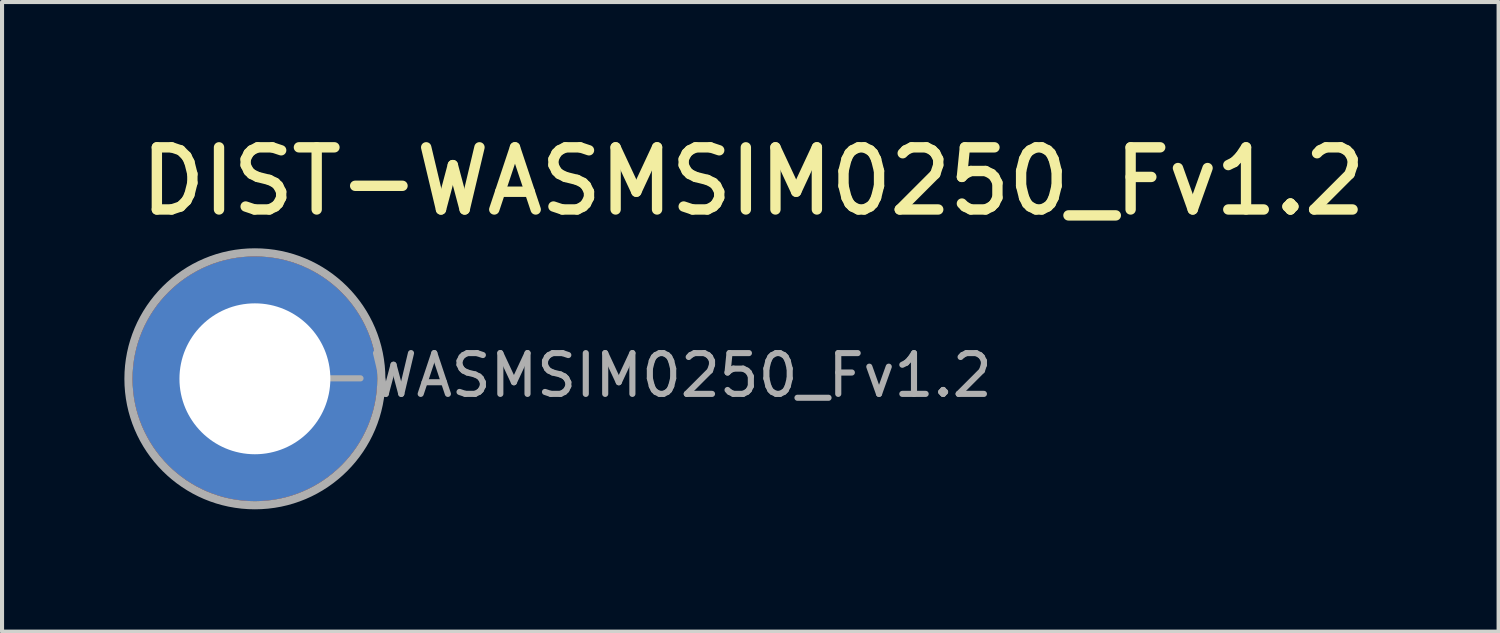
<source format=kicad_pcb>
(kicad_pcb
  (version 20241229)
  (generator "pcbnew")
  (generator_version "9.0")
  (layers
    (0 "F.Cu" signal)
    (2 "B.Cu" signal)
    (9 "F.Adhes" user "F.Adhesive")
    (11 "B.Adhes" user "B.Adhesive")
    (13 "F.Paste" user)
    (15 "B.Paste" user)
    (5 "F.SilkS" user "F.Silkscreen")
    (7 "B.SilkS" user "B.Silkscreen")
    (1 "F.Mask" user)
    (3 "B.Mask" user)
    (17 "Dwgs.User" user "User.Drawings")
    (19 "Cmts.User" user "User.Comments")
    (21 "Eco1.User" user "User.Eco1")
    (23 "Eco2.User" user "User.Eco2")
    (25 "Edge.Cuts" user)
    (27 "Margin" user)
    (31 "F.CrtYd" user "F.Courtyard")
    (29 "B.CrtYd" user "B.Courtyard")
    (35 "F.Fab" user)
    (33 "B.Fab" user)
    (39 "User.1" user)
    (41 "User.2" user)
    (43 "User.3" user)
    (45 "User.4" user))
  (footprint "DIST-WASMSIM0250_Fv1.2"
    (layer "F.Cu")
    (at 3.2 6.238)
    (property "Reference" "DIST-WASMSIM0250_Fv1.2" (at -2.934 -3.952 0) (unlocked yes) (layer "F.SilkS") (effects (font (size 1.524 1.524) (thickness 0.254)) (justify left bottom)))
    (fp_poly (pts (xy -2.993 -0.2) (xy -2.964 -0.46) (xy -2.913 -0.717) (xy -2.84 -0.968) (xy -2.744 -1.212) (xy -2.628 -1.446) (xy -2.492 -1.67) (xy -2.337 -1.881) (xy -2.164 -2.077) (xy -1.975 -2.258) (xy -1.771 -2.422) (xy -1.553 -2.567) (xy -1.323 -2.692) (xy -1.084 -2.797) (xy -0.836 -2.881) (xy -0.582 -2.943) (xy -0.323 -2.983) (xy -0.15 -2.996) (xy -0.15 -1.844) (xy -0.31 -1.824) (xy -0.468 -1.79) (xy -0.622 -1.742) (xy -0.772 -1.681) (xy -0.915 -1.608) (xy -1.052 -1.522) (xy -1.18 -1.424) (xy -1.3 -1.316) (xy -1.41 -1.198) (xy -1.509 -1.07) (xy -1.596 -0.935) (xy -1.672 -0.792) (xy -1.734 -0.643) (xy -1.784 -0.49) (xy -1.82 -0.332) (xy -1.839 -0.2)) (stroke (width 0) (type default)) (fill yes) (layer "F.Paste"))
    (fp_poly (pts (xy 0.15 -1.844) (xy 0.15 -2.996) (xy 0.411 -2.972) (xy 0.668 -2.925) (xy 0.92 -2.855) (xy 1.166 -2.764) (xy 1.402 -2.652) (xy 1.628 -2.52) (xy 1.841 -2.368) (xy 2.041 -2.199) (xy 2.225 -2.013) (xy 2.392 -1.811) (xy 2.54 -1.596) (xy 2.67 -1.368) (xy 2.779 -1.13) (xy 2.867 -0.884) (xy 2.933 -0.631) (xy 2.977 -0.373) (xy 2.993 -0.2) (xy 1.839 -0.2) (xy 1.815 -0.36) (xy 1.777 -0.516) (xy 1.725 -0.669) (xy 1.66 -0.817) (xy 1.582 -0.959) (xy 1.493 -1.093) (xy 1.392 -1.219) (xy 1.28 -1.335) (xy 1.159 -1.442) (xy 1.029 -1.537) (xy 0.891 -1.621) (xy 0.746 -1.693) (xy 0.596 -1.751) (xy 0.441 -1.797) (xy 0.283 -1.828)) (stroke (width 0) (type default)) (fill yes) (layer "F.Paste"))
    (fp_poly (pts (xy -2.998 0.1) (xy -1.847 0.1) (xy -1.832 0.261) (xy -1.802 0.419) (xy -1.758 0.575) (xy -1.702 0.726) (xy -1.632 0.871) (xy -1.55 1.01) (xy -1.456 1.141) (xy -1.351 1.264) (xy -1.236 1.377) (xy -1.111 1.479) (xy -0.978 1.571) (xy -0.837 1.65) (xy -0.69 1.716) (xy -0.538 1.77) (xy -0.382 1.81) (xy -0.222 1.837) (xy -0.15 1.844) (xy -0.15 2.996) (xy -0.411 2.972) (xy -0.668 2.925) (xy -0.92 2.855) (xy -1.166 2.764) (xy -1.402 2.652) (xy -1.628 2.52) (xy -1.841 2.368) (xy -2.041 2.199) (xy -2.225 2.013) (xy -2.392 1.811) (xy -2.54 1.596) (xy -2.67 1.368) (xy -2.779 1.13) (xy -2.867 0.884) (xy -2.933 0.631) (xy -2.977 0.373) (xy -2.998 0.112)) (stroke (width 0) (type default)) (fill yes) (layer "F.Paste"))
    (fp_poly (pts (xy 1.847 0.1) (xy 2.998 0.1) (xy 2.978 0.361) (xy 2.935 0.619) (xy 2.87 0.873) (xy 2.783 1.119) (xy 2.675 1.358) (xy 2.547 1.586) (xy 2.399 1.802) (xy 2.233 2.004) (xy 2.049 2.191) (xy 1.851 2.361) (xy 1.638 2.513) (xy 1.413 2.647) (xy 1.177 2.76) (xy 0.932 2.852) (xy 0.679 2.922) (xy 0.422 2.97) (xy 0.162 2.996) (xy 0.15 2.996) (xy 0.15 1.844) (xy 0.31 1.824) (xy 0.468 1.79) (xy 0.622 1.742) (xy 0.772 1.681) (xy 0.915 1.608) (xy 1.052 1.522) (xy 1.18 1.424) (xy 1.3 1.316) (xy 1.41 1.198) (xy 1.509 1.07) (xy 1.596 0.935) (xy 1.672 0.792) (xy 1.735 0.643) (xy 1.784 0.49) (xy 1.82 0.332) (xy 1.842 0.172)) (stroke (width 0) (type default)) (fill yes) (layer "F.Paste"))
    (fp_circle (center 0 0) (end 0 -3.1) (stroke (width 0.2) (type solid)) (fill no) (layer "F.Fab"))
    (fp_text user "${REFERENCE}" (at -1.7 0.5 0) (unlocked yes) (layer "F.Fab") (effects (font (size 1 1) (thickness 0.15)) (justify left bottom)))
    (fp_text user "1" (at 0 0.08 0) (unlocked yes) (layer "F.Fab") (effects (font (size 0.2 0.2) (thickness 0.02)) (justify left bottom)))
    (pad "1" thru_hole circle (at 0 0 90) (size 6 6) (drill 3.7) (layers "*.Cu" "*.Mask"))
    (zone (net_name "") (layer "F.Fab") (hatch edge 0.5) (connect_pads) (min_thickness 0.25) (filled_areas_thickness no) (keepout (tracks not_allowed) (vias not_allowed) (pads not_allowed) (copperpour not_allowed) (footprints allowed)) (placement (enabled no)) (fill) (polygon (pts (xy 3.201 3.129) (xy 2.715 3.168) (xy 2.24 3.282) (xy 1.789 3.468) (xy 1.373 3.723) (xy 1.002 4.04) (xy 0.685 4.411) (xy 0.431 4.827) (xy 0.244 5.278) (xy 0.13 5.753) (xy 0.092 6.239) (xy 0.13 6.725) (xy 0.244 7.2) (xy 0.431 7.651) (xy 0.516 7.79) (xy 0.685 8.067) (xy 1.002 8.438) (xy 1.373 8.755) (xy 1.789 9.01) (xy 2.24 9.196) (xy 2.715 9.31) (xy 3.201 9.349) (xy 3.688 9.31) (xy 4.162 9.196) (xy 4.613 9.01) (xy 5.029 8.755) (xy 5.4 8.438) (xy 5.717 8.067) (xy 5.887 7.79) (xy 5.972 7.651) (xy 6.159 7.2) (xy 6.272 6.725) (xy 6.311 6.239) (xy 6.272 5.753) (xy 6.159 5.278) (xy 5.972 4.827) (xy 5.717 4.411) (xy 5.4 4.04) (xy 5.029 3.723) (xy 4.613 3.468) (xy 4.162 3.282) (xy 3.688 3.168)))))
  (gr_rect
    (start -3 -3)
    (end 33.695 12.438)
    (stroke (width 0.1) (type default))
    (fill no)
    (layer "Edge.Cuts")))
</source>
